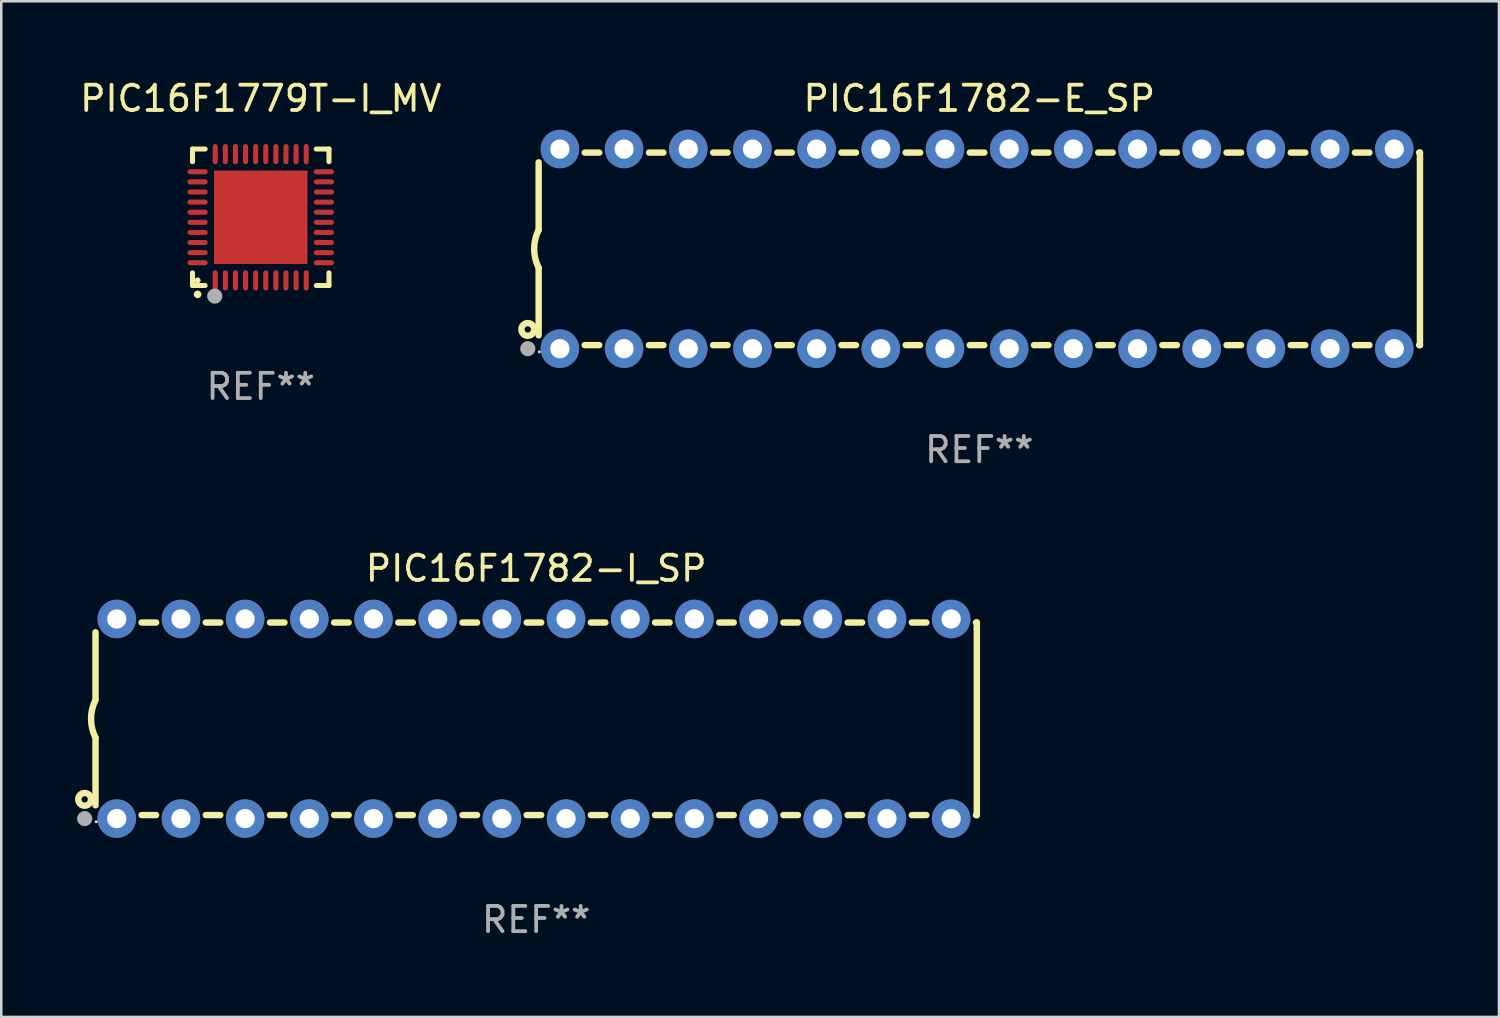
<source format=kicad_pcb>
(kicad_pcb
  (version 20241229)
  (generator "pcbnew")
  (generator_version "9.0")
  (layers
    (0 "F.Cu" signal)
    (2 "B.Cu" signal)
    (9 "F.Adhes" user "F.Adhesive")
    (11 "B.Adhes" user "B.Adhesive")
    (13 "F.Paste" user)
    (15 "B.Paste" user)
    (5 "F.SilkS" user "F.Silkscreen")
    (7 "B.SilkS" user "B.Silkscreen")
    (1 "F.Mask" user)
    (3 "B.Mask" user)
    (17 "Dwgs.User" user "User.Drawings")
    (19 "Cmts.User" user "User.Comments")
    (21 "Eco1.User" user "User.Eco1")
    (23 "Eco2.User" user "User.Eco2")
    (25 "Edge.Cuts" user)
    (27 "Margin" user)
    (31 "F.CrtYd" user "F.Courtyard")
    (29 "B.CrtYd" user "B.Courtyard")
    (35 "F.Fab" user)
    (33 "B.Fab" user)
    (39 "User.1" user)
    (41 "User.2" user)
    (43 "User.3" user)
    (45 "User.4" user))
  (footprint "PIC16F1782-E_SP"
    (layer "F.Cu")
    (at 35.704 6.798)
    (property "Reference" "PIC16F1782-E_SP" (at 0 -5.95 0) (layer "F.SilkS") (effects (font (size 1 1) (thickness 0.15))))
    (attr through_hole)
    (fp_line (start -17.438 0.75) (end -17.438 3.423) (stroke (width 0.254) (type solid)) (layer "F.SilkS"))
    (fp_line (start -17.438 -3.423) (end -17.438 -0.75) (stroke (width 0.254) (type solid)) (layer "F.SilkS"))
    (fp_line (start -15.615 3.81) (end -15.041 3.81) (stroke (width 0.254) (type solid)) (layer "F.SilkS"))
    (fp_line (start -15.041 -3.81) (end -15.614 -3.81) (stroke (width 0.254) (type solid)) (layer "F.SilkS"))
    (fp_line (start -13.075 3.81) (end -12.501 3.81) (stroke (width 0.254) (type solid)) (layer "F.SilkS"))
    (fp_line (start -12.501 -3.81) (end -13.074 -3.81) (stroke (width 0.254) (type solid)) (layer "F.SilkS"))
    (fp_line (start -10.535 3.81) (end -9.961 3.81) (stroke (width 0.254) (type solid)) (layer "F.SilkS"))
    (fp_line (start -9.961 -3.81) (end -10.534 -3.81) (stroke (width 0.254) (type solid)) (layer "F.SilkS"))
    (fp_line (start -7.995 3.81) (end -7.421 3.81) (stroke (width 0.254) (type solid)) (layer "F.SilkS"))
    (fp_line (start -7.421 -3.81) (end -7.995 -3.81) (stroke (width 0.254) (type solid)) (layer "F.SilkS"))
    (fp_line (start -5.455 3.81) (end -4.881 3.81) (stroke (width 0.254) (type solid)) (layer "F.SilkS"))
    (fp_line (start -4.881 -3.81) (end -5.455 -3.81) (stroke (width 0.254) (type solid)) (layer "F.SilkS"))
    (fp_line (start -2.915 3.81) (end -2.341 3.81) (stroke (width 0.254) (type solid)) (layer "F.SilkS"))
    (fp_line (start -2.341 -3.81) (end -2.915 -3.81) (stroke (width 0.254) (type solid)) (layer "F.SilkS"))
    (fp_line (start -0.375 3.81) (end 0.199 3.81) (stroke (width 0.254) (type solid)) (layer "F.SilkS"))
    (fp_line (start 0.199 -3.81) (end -0.375 -3.81) (stroke (width 0.254) (type solid)) (layer "F.SilkS"))
    (fp_line (start 2.165 3.81) (end 2.739 3.81) (stroke (width 0.254) (type solid)) (layer "F.SilkS"))
    (fp_line (start 2.739 -3.81) (end 2.165 -3.81) (stroke (width 0.254) (type solid)) (layer "F.SilkS"))
    (fp_line (start 4.705 3.81) (end 5.279 3.81) (stroke (width 0.254) (type solid)) (layer "F.SilkS"))
    (fp_line (start 5.279 -3.81) (end 4.705 -3.81) (stroke (width 0.254) (type solid)) (layer "F.SilkS"))
    (fp_line (start 7.245 3.81) (end 7.819 3.81) (stroke (width 0.254) (type solid)) (layer "F.SilkS"))
    (fp_line (start 7.819 -3.81) (end 7.245 -3.81) (stroke (width 0.254) (type solid)) (layer "F.SilkS"))
    (fp_line (start 9.785 3.81) (end 10.359 3.81) (stroke (width 0.254) (type solid)) (layer "F.SilkS"))
    (fp_line (start 10.359 -3.81) (end 9.785 -3.81) (stroke (width 0.254) (type solid)) (layer "F.SilkS"))
    (fp_line (start 12.325 3.81) (end 12.899 3.81) (stroke (width 0.254) (type solid)) (layer "F.SilkS"))
    (fp_line (start 12.899 -3.81) (end 12.325 -3.81) (stroke (width 0.254) (type solid)) (layer "F.SilkS"))
    (fp_line (start 14.865 3.81) (end 15.439 3.81) (stroke (width 0.254) (type solid)) (layer "F.SilkS"))
    (fp_line (start 15.439 -3.81) (end 14.865 -3.81) (stroke (width 0.254) (type solid)) (layer "F.SilkS"))
    (fp_line (start 17.405 3.81) (end 17.438 3.81) (stroke (width 0.254) (type solid)) (layer "F.SilkS"))
    (fp_line (start 17.438 -3.81) (end 17.405 -3.81) (stroke (width 0.254) (type solid)) (layer "F.SilkS"))
    (fp_line (start 17.438 -3.556) (end 17.438 -3.81) (stroke (width 0.254) (type solid)) (layer "F.SilkS"))
    (fp_line (start 17.438 3.81) (end 17.438 -3.556) (stroke (width 0.254) (type solid)) (layer "F.SilkS"))
    (fp_arc (start -17.437986 0.749657) (mid -17.614887 -0.000024) (end -17.437783 -0.749657) (stroke (width 0.254001) (type solid)) (layer "F.SilkS"))
    (fp_circle (center -17.868 3.188) (end -17.743 3.188) (stroke (width 0.254) (type solid)) (fill no) (layer "F.SilkS"))
    (fp_circle (center -17.411 4.077) (end -17.381 4.077) (stroke (width 0.06) (type solid)) (fill no) (layer "F.SilkS"))
    (fp_circle (center -17.868 3.95) (end -17.718 3.95) (stroke (width 0.3) (type solid)) (fill no) (layer "F.Fab"))
    (fp_text user "REF**" (at 0 7.95 0) (layer "F.Fab") (effects (font (size 1 1) (thickness 0.15))))
    (pad "1" thru_hole circle (at -16.598 3.95) (size 1.524 1.524) (drill 0.762) (layers "*.Cu" "*.Mask"))
    (pad "2" thru_hole circle (at -14.058 3.95) (size 1.524 1.524) (drill 0.762) (layers "*.Cu" "*.Mask"))
    (pad "3" thru_hole circle (at -11.518 3.95) (size 1.524 1.524) (drill 0.762) (layers "*.Cu" "*.Mask"))
    (pad "4" thru_hole circle (at -8.978 3.95) (size 1.524 1.524) (drill 0.762) (layers "*.Cu" "*.Mask"))
    (pad "5" thru_hole circle (at -6.438 3.95) (size 1.524 1.524) (drill 0.762) (layers "*.Cu" "*.Mask"))
    (pad "6" thru_hole circle (at -3.898 3.95) (size 1.524 1.524) (drill 0.762) (layers "*.Cu" "*.Mask"))
    (pad "7" thru_hole circle (at -1.358 3.95) (size 1.524 1.524) (drill 0.762) (layers "*.Cu" "*.Mask"))
    (pad "8" thru_hole circle (at 1.182 3.95) (size 1.524 1.524) (drill 0.762) (layers "*.Cu" "*.Mask"))
    (pad "9" thru_hole circle (at 3.722 3.95) (size 1.524 1.524) (drill 0.762) (layers "*.Cu" "*.Mask"))
    (pad "10" thru_hole circle (at 6.262 3.95) (size 1.524 1.524) (drill 0.762) (layers "*.Cu" "*.Mask"))
    (pad "11" thru_hole circle (at 8.802 3.95) (size 1.524 1.524) (drill 0.762) (layers "*.Cu" "*.Mask"))
    (pad "12" thru_hole circle (at 11.342 3.95) (size 1.524 1.524) (drill 0.762) (layers "*.Cu" "*.Mask"))
    (pad "13" thru_hole circle (at 13.882 3.95) (size 1.524 1.524) (drill 0.762) (layers "*.Cu" "*.Mask"))
    (pad "14" thru_hole circle (at 16.422 3.95) (size 1.524 1.524) (drill 0.762) (layers "*.Cu" "*.Mask"))
    (pad "15" thru_hole circle (at 16.422 -3.95) (size 1.524 1.524) (drill 0.762) (layers "*.Cu" "*.Mask"))
    (pad "16" thru_hole circle (at 13.882 -3.95) (size 1.524 1.524) (drill 0.762) (layers "*.Cu" "*.Mask"))
    (pad "17" thru_hole circle (at 11.342 -3.95) (size 1.524 1.524) (drill 0.762) (layers "*.Cu" "*.Mask"))
    (pad "18" thru_hole circle (at 8.802 -3.95) (size 1.524 1.524) (drill 0.762) (layers "*.Cu" "*.Mask"))
    (pad "19" thru_hole circle (at 6.262 -3.95) (size 1.524 1.524) (drill 0.762) (layers "*.Cu" "*.Mask"))
    (pad "20" thru_hole circle (at 3.722 -3.95) (size 1.524 1.524) (drill 0.762) (layers "*.Cu" "*.Mask"))
    (pad "21" thru_hole circle (at 1.182 -3.95) (size 1.524 1.524) (drill 0.762) (layers "*.Cu" "*.Mask"))
    (pad "22" thru_hole circle (at -1.358 -3.95) (size 1.524 1.524) (drill 0.762) (layers "*.Cu" "*.Mask"))
    (pad "23" thru_hole circle (at -3.898 -3.95) (size 1.524 1.524) (drill 0.762) (layers "*.Cu" "*.Mask"))
    (pad "24" thru_hole circle (at -6.438 -3.95) (size 1.524 1.524) (drill 0.762) (layers "*.Cu" "*.Mask"))
    (pad "25" thru_hole circle (at -8.978 -3.95) (size 1.524 1.524) (drill 0.762) (layers "*.Cu" "*.Mask"))
    (pad "26" thru_hole circle (at -11.517 -3.95) (size 1.524 1.524) (drill 0.762) (layers "*.Cu" "*.Mask"))
    (pad "27" thru_hole circle (at -14.057 -3.95) (size 1.524 1.524) (drill 0.762) (layers "*.Cu" "*.Mask"))
    (pad "28" thru_hole circle (at -16.597 -3.95) (size 1.524 1.524) (drill 0.762) (layers "*.Cu" "*.Mask")))
  (footprint "PIC16F1779T-I_MV"
    (layer "F.Cu")
    (at 7.268 5.548)
    (property "Reference" "PIC16F1779T-I_MV" (at 0 -4.7 0) (layer "F.SilkS") (effects (font (size 1 1) (thickness 0.15))))
    (attr through_hole)
    (fp_line (start -2.7 -2.7) (end -2.7 -2.2) (stroke (width 0.2) (type solid)) (layer "F.SilkS"))
    (fp_line (start -2.7 2.7) (end -2.7 2.2) (stroke (width 0.2) (type solid)) (layer "F.SilkS"))
    (fp_line (start -2.2 -2.7) (end -2.7 -2.7) (stroke (width 0.2) (type solid)) (layer "F.SilkS"))
    (fp_line (start -2.2 2.7) (end -2.7 2.7) (stroke (width 0.2) (type solid)) (layer "F.SilkS"))
    (fp_line (start 2.7 -2.7) (end 2.2 -2.7) (stroke (width 0.2) (type solid)) (layer "F.SilkS"))
    (fp_line (start 2.7 -2.2) (end 2.7 -2.7) (stroke (width 0.2) (type solid)) (layer "F.SilkS"))
    (fp_line (start 2.7 2.2) (end 2.7 2.7) (stroke (width 0.2) (type solid)) (layer "F.SilkS"))
    (fp_line (start 2.7 2.7) (end 2.2 2.7) (stroke (width 0.2) (type solid)) (layer "F.SilkS"))
    (fp_arc (start -2.499365 3.050546) (mid -2.498095 3.050541) (end -2.496825 3.050546) (stroke (width 0.3) (type solid)) (layer "F.SilkS"))
    (fp_circle (center -2.5 2.5) (end -2.44 2.5) (stroke (width 0.12) (type solid)) (fill no) (layer "F.SilkS"))
    (fp_circle (center -1.82 3.12) (end -1.67 3.12) (stroke (width 0.3) (type solid)) (fill no) (layer "F.Fab"))
    (fp_text user "REF**" (at 0 6.7 0) (layer "F.Fab") (effects (font (size 1 1) (thickness 0.15))))
    (pad "1" smd oval (at -1.8 2.499) (size 0.2 0.8) (layers "F.Cu" "F.Mask" "F.Paste"))
    (pad "2" smd oval (at -1.4 2.499) (size 0.2 0.8) (layers "F.Cu" "F.Mask" "F.Paste"))
    (pad "3" smd oval (at -1 2.499) (size 0.2 0.8) (layers "F.Cu" "F.Mask" "F.Paste"))
    (pad "4" smd oval (at -0.6 2.499) (size 0.2 0.8) (layers "F.Cu" "F.Mask" "F.Paste"))
    (pad "5" smd oval (at -0.2 2.499) (size 0.2 0.8) (layers "F.Cu" "F.Mask" "F.Paste"))
    (pad "6" smd oval (at 0.2 2.499) (size 0.2 0.8) (layers "F.Cu" "F.Mask" "F.Paste"))
    (pad "7" smd oval (at 0.6 2.499) (size 0.2 0.8) (layers "F.Cu" "F.Mask" "F.Paste"))
    (pad "8" smd oval (at 1 2.499) (size 0.2 0.8) (layers "F.Cu" "F.Mask" "F.Paste"))
    (pad "9" smd oval (at 1.4 2.499) (size 0.2 0.8) (layers "F.Cu" "F.Mask" "F.Paste"))
    (pad "10" smd oval (at 1.8 2.499) (size 0.2 0.8) (layers "F.Cu" "F.Mask" "F.Paste"))
    (pad "11" smd oval (at 2.499 1.8) (size 0.8 0.2) (layers "F.Cu" "F.Mask" "F.Paste"))
    (pad "12" smd oval (at 2.499 1.4) (size 0.8 0.2) (layers "F.Cu" "F.Mask" "F.Paste"))
    (pad "13" smd oval (at 2.499 1) (size 0.8 0.2) (layers "F.Cu" "F.Mask" "F.Paste"))
    (pad "14" smd oval (at 2.499 0.6) (size 0.8 0.2) (layers "F.Cu" "F.Mask" "F.Paste"))
    (pad "15" smd oval (at 2.499 0.2) (size 0.8 0.2) (layers "F.Cu" "F.Mask" "F.Paste"))
    (pad "16" smd oval (at 2.499 -0.2) (size 0.8 0.2) (layers "F.Cu" "F.Mask" "F.Paste"))
    (pad "17" smd oval (at 2.499 -0.6) (size 0.8 0.2) (layers "F.Cu" "F.Mask" "F.Paste"))
    (pad "18" smd oval (at 2.499 -1) (size 0.8 0.2) (layers "F.Cu" "F.Mask" "F.Paste"))
    (pad "19" smd oval (at 2.499 -1.4) (size 0.8 0.2) (layers "F.Cu" "F.Mask" "F.Paste"))
    (pad "20" smd oval (at 2.499 -1.8) (size 0.8 0.2) (layers "F.Cu" "F.Mask" "F.Paste"))
    (pad "21" smd oval (at 1.8 -2.499) (size 0.2 0.8) (layers "F.Cu" "F.Mask" "F.Paste"))
    (pad "22" smd oval (at 1.4 -2.499) (size 0.2 0.8) (layers "F.Cu" "F.Mask" "F.Paste"))
    (pad "23" smd oval (at 1 -2.499) (size 0.2 0.8) (layers "F.Cu" "F.Mask" "F.Paste"))
    (pad "24" smd oval (at 0.6 -2.499) (size 0.2 0.8) (layers "F.Cu" "F.Mask" "F.Paste"))
    (pad "25" smd oval (at 0.2 -2.499) (size 0.2 0.8) (layers "F.Cu" "F.Mask" "F.Paste"))
    (pad "26" smd oval (at -0.2 -2.499) (size 0.2 0.8) (layers "F.Cu" "F.Mask" "F.Paste"))
    (pad "27" smd oval (at -0.6 -2.499) (size 0.2 0.8) (layers "F.Cu" "F.Mask" "F.Paste"))
    (pad "28" smd oval (at -1 -2.499) (size 0.2 0.8) (layers "F.Cu" "F.Mask" "F.Paste"))
    (pad "29" smd oval (at -1.4 -2.499) (size 0.2 0.8) (layers "F.Cu" "F.Mask" "F.Paste"))
    (pad "30" smd oval (at -1.8 -2.499) (size 0.2 0.8) (layers "F.Cu" "F.Mask" "F.Paste"))
    (pad "31" smd oval (at -2.499 -1.8) (size 0.8 0.2) (layers "F.Cu" "F.Mask" "F.Paste"))
    (pad "32" smd oval (at -2.499 -1.4) (size 0.8 0.2) (layers "F.Cu" "F.Mask" "F.Paste"))
    (pad "33" smd oval (at -2.499 -1) (size 0.8 0.2) (layers "F.Cu" "F.Mask" "F.Paste"))
    (pad "34" smd oval (at -2.499 -0.6) (size 0.8 0.2) (layers "F.Cu" "F.Mask" "F.Paste"))
    (pad "35" smd oval (at -2.499 -0.2) (size 0.8 0.2) (layers "F.Cu" "F.Mask" "F.Paste"))
    (pad "36" smd oval (at -2.499 0.2) (size 0.8 0.2) (layers "F.Cu" "F.Mask" "F.Paste"))
    (pad "37" smd oval (at -2.499 0.6) (size 0.8 0.2) (layers "F.Cu" "F.Mask" "F.Paste"))
    (pad "38" smd oval (at -2.499 1) (size 0.8 0.2) (layers "F.Cu" "F.Mask" "F.Paste"))
    (pad "39" smd oval (at -2.499 1.4) (size 0.8 0.2) (layers "F.Cu" "F.Mask" "F.Paste"))
    (pad "40" smd oval (at -2.499 1.8) (size 0.8 0.2) (layers "F.Cu" "F.Mask" "F.Paste"))
    (pad "41" smd rect (at 0 0) (size 3.7 3.7) (layers "F.Cu" "F.Mask" "F.Paste")))
  (footprint "PIC16F1782-I_SP"
    (layer "F.Cu")
    (at 18.168 25.395)
    (property "Reference" "PIC16F1782-I_SP" (at 0 -5.95 0) (layer "F.SilkS") (effects (font (size 1 1) (thickness 0.15))))
    (attr through_hole)
    (fp_line (start -17.438 0.75) (end -17.438 3.423) (stroke (width 0.254) (type solid)) (layer "F.SilkS"))
    (fp_line (start -17.438 -3.423) (end -17.438 -0.75) (stroke (width 0.254) (type solid)) (layer "F.SilkS"))
    (fp_line (start -15.615 3.81) (end -15.041 3.81) (stroke (width 0.254) (type solid)) (layer "F.SilkS"))
    (fp_line (start -15.041 -3.81) (end -15.614 -3.81) (stroke (width 0.254) (type solid)) (layer "F.SilkS"))
    (fp_line (start -13.075 3.81) (end -12.501 3.81) (stroke (width 0.254) (type solid)) (layer "F.SilkS"))
    (fp_line (start -12.501 -3.81) (end -13.074 -3.81) (stroke (width 0.254) (type solid)) (layer "F.SilkS"))
    (fp_line (start -10.535 3.81) (end -9.961 3.81) (stroke (width 0.254) (type solid)) (layer "F.SilkS"))
    (fp_line (start -9.961 -3.81) (end -10.534 -3.81) (stroke (width 0.254) (type solid)) (layer "F.SilkS"))
    (fp_line (start -7.995 3.81) (end -7.421 3.81) (stroke (width 0.254) (type solid)) (layer "F.SilkS"))
    (fp_line (start -7.421 -3.81) (end -7.995 -3.81) (stroke (width 0.254) (type solid)) (layer "F.SilkS"))
    (fp_line (start -5.455 3.81) (end -4.881 3.81) (stroke (width 0.254) (type solid)) (layer "F.SilkS"))
    (fp_line (start -4.881 -3.81) (end -5.455 -3.81) (stroke (width 0.254) (type solid)) (layer "F.SilkS"))
    (fp_line (start -2.915 3.81) (end -2.341 3.81) (stroke (width 0.254) (type solid)) (layer "F.SilkS"))
    (fp_line (start -2.341 -3.81) (end -2.915 -3.81) (stroke (width 0.254) (type solid)) (layer "F.SilkS"))
    (fp_line (start -0.375 3.81) (end 0.199 3.81) (stroke (width 0.254) (type solid)) (layer "F.SilkS"))
    (fp_line (start 0.199 -3.81) (end -0.375 -3.81) (stroke (width 0.254) (type solid)) (layer "F.SilkS"))
    (fp_line (start 2.165 3.81) (end 2.739 3.81) (stroke (width 0.254) (type solid)) (layer "F.SilkS"))
    (fp_line (start 2.739 -3.81) (end 2.165 -3.81) (stroke (width 0.254) (type solid)) (layer "F.SilkS"))
    (fp_line (start 4.705 3.81) (end 5.279 3.81) (stroke (width 0.254) (type solid)) (layer "F.SilkS"))
    (fp_line (start 5.279 -3.81) (end 4.705 -3.81) (stroke (width 0.254) (type solid)) (layer "F.SilkS"))
    (fp_line (start 7.245 3.81) (end 7.819 3.81) (stroke (width 0.254) (type solid)) (layer "F.SilkS"))
    (fp_line (start 7.819 -3.81) (end 7.245 -3.81) (stroke (width 0.254) (type solid)) (layer "F.SilkS"))
    (fp_line (start 9.785 3.81) (end 10.359 3.81) (stroke (width 0.254) (type solid)) (layer "F.SilkS"))
    (fp_line (start 10.359 -3.81) (end 9.785 -3.81) (stroke (width 0.254) (type solid)) (layer "F.SilkS"))
    (fp_line (start 12.325 3.81) (end 12.899 3.81) (stroke (width 0.254) (type solid)) (layer "F.SilkS"))
    (fp_line (start 12.899 -3.81) (end 12.325 -3.81) (stroke (width 0.254) (type solid)) (layer "F.SilkS"))
    (fp_line (start 14.865 3.81) (end 15.439 3.81) (stroke (width 0.254) (type solid)) (layer "F.SilkS"))
    (fp_line (start 15.439 -3.81) (end 14.865 -3.81) (stroke (width 0.254) (type solid)) (layer "F.SilkS"))
    (fp_line (start 17.405 3.81) (end 17.438 3.81) (stroke (width 0.254) (type solid)) (layer "F.SilkS"))
    (fp_line (start 17.438 -3.81) (end 17.405 -3.81) (stroke (width 0.254) (type solid)) (layer "F.SilkS"))
    (fp_line (start 17.438 -3.556) (end 17.438 -3.81) (stroke (width 0.254) (type solid)) (layer "F.SilkS"))
    (fp_line (start 17.438 3.81) (end 17.438 -3.556) (stroke (width 0.254) (type solid)) (layer "F.SilkS"))
    (fp_arc (start -17.437986 0.749657) (mid -17.614887 -0.000024) (end -17.437783 -0.749657) (stroke (width 0.254001) (type solid)) (layer "F.SilkS"))
    (fp_circle (center -17.868 3.188) (end -17.743 3.188) (stroke (width 0.254) (type solid)) (fill no) (layer "F.SilkS"))
    (fp_circle (center -17.411 4.077) (end -17.381 4.077) (stroke (width 0.06) (type solid)) (fill no) (layer "F.SilkS"))
    (fp_circle (center -17.868 3.95) (end -17.718 3.95) (stroke (width 0.3) (type solid)) (fill no) (layer "F.Fab"))
    (fp_text user "REF**" (at 0 7.95 0) (layer "F.Fab") (effects (font (size 1 1) (thickness 0.15))))
    (pad "1" thru_hole circle (at -16.598 3.95) (size 1.524 1.524) (drill 0.762) (layers "*.Cu" "*.Mask"))
    (pad "2" thru_hole circle (at -14.058 3.95) (size 1.524 1.524) (drill 0.762) (layers "*.Cu" "*.Mask"))
    (pad "3" thru_hole circle (at -11.518 3.95) (size 1.524 1.524) (drill 0.762) (layers "*.Cu" "*.Mask"))
    (pad "4" thru_hole circle (at -8.978 3.95) (size 1.524 1.524) (drill 0.762) (layers "*.Cu" "*.Mask"))
    (pad "5" thru_hole circle (at -6.438 3.95) (size 1.524 1.524) (drill 0.762) (layers "*.Cu" "*.Mask"))
    (pad "6" thru_hole circle (at -3.898 3.95) (size 1.524 1.524) (drill 0.762) (layers "*.Cu" "*.Mask"))
    (pad "7" thru_hole circle (at -1.358 3.95) (size 1.524 1.524) (drill 0.762) (layers "*.Cu" "*.Mask"))
    (pad "8" thru_hole circle (at 1.182 3.95) (size 1.524 1.524) (drill 0.762) (layers "*.Cu" "*.Mask"))
    (pad "9" thru_hole circle (at 3.722 3.95) (size 1.524 1.524) (drill 0.762) (layers "*.Cu" "*.Mask"))
    (pad "10" thru_hole circle (at 6.262 3.95) (size 1.524 1.524) (drill 0.762) (layers "*.Cu" "*.Mask"))
    (pad "11" thru_hole circle (at 8.802 3.95) (size 1.524 1.524) (drill 0.762) (layers "*.Cu" "*.Mask"))
    (pad "12" thru_hole circle (at 11.342 3.95) (size 1.524 1.524) (drill 0.762) (layers "*.Cu" "*.Mask"))
    (pad "13" thru_hole circle (at 13.882 3.95) (size 1.524 1.524) (drill 0.762) (layers "*.Cu" "*.Mask"))
    (pad "14" thru_hole circle (at 16.422 3.95) (size 1.524 1.524) (drill 0.762) (layers "*.Cu" "*.Mask"))
    (pad "15" thru_hole circle (at 16.422 -3.95) (size 1.524 1.524) (drill 0.762) (layers "*.Cu" "*.Mask"))
    (pad "16" thru_hole circle (at 13.882 -3.95) (size 1.524 1.524) (drill 0.762) (layers "*.Cu" "*.Mask"))
    (pad "17" thru_hole circle (at 11.342 -3.95) (size 1.524 1.524) (drill 0.762) (layers "*.Cu" "*.Mask"))
    (pad "18" thru_hole circle (at 8.802 -3.95) (size 1.524 1.524) (drill 0.762) (layers "*.Cu" "*.Mask"))
    (pad "19" thru_hole circle (at 6.262 -3.95) (size 1.524 1.524) (drill 0.762) (layers "*.Cu" "*.Mask"))
    (pad "20" thru_hole circle (at 3.722 -3.95) (size 1.524 1.524) (drill 0.762) (layers "*.Cu" "*.Mask"))
    (pad "21" thru_hole circle (at 1.182 -3.95) (size 1.524 1.524) (drill 0.762) (layers "*.Cu" "*.Mask"))
    (pad "22" thru_hole circle (at -1.358 -3.95) (size 1.524 1.524) (drill 0.762) (layers "*.Cu" "*.Mask"))
    (pad "23" thru_hole circle (at -3.898 -3.95) (size 1.524 1.524) (drill 0.762) (layers "*.Cu" "*.Mask"))
    (pad "24" thru_hole circle (at -6.438 -3.95) (size 1.524 1.524) (drill 0.762) (layers "*.Cu" "*.Mask"))
    (pad "25" thru_hole circle (at -8.978 -3.95) (size 1.524 1.524) (drill 0.762) (layers "*.Cu" "*.Mask"))
    (pad "26" thru_hole circle (at -11.517 -3.95) (size 1.524 1.524) (drill 0.762) (layers "*.Cu" "*.Mask"))
    (pad "27" thru_hole circle (at -14.057 -3.95) (size 1.524 1.524) (drill 0.762) (layers "*.Cu" "*.Mask"))
    (pad "28" thru_hole circle (at -16.597 -3.95) (size 1.524 1.524) (drill 0.762) (layers "*.Cu" "*.Mask")))
  (gr_rect
    (start -3 -3)
    (end 56.269 37.193)
    (stroke (width 0.1) (type default))
    (fill no)
    (layer "Edge.Cuts")))
</source>
